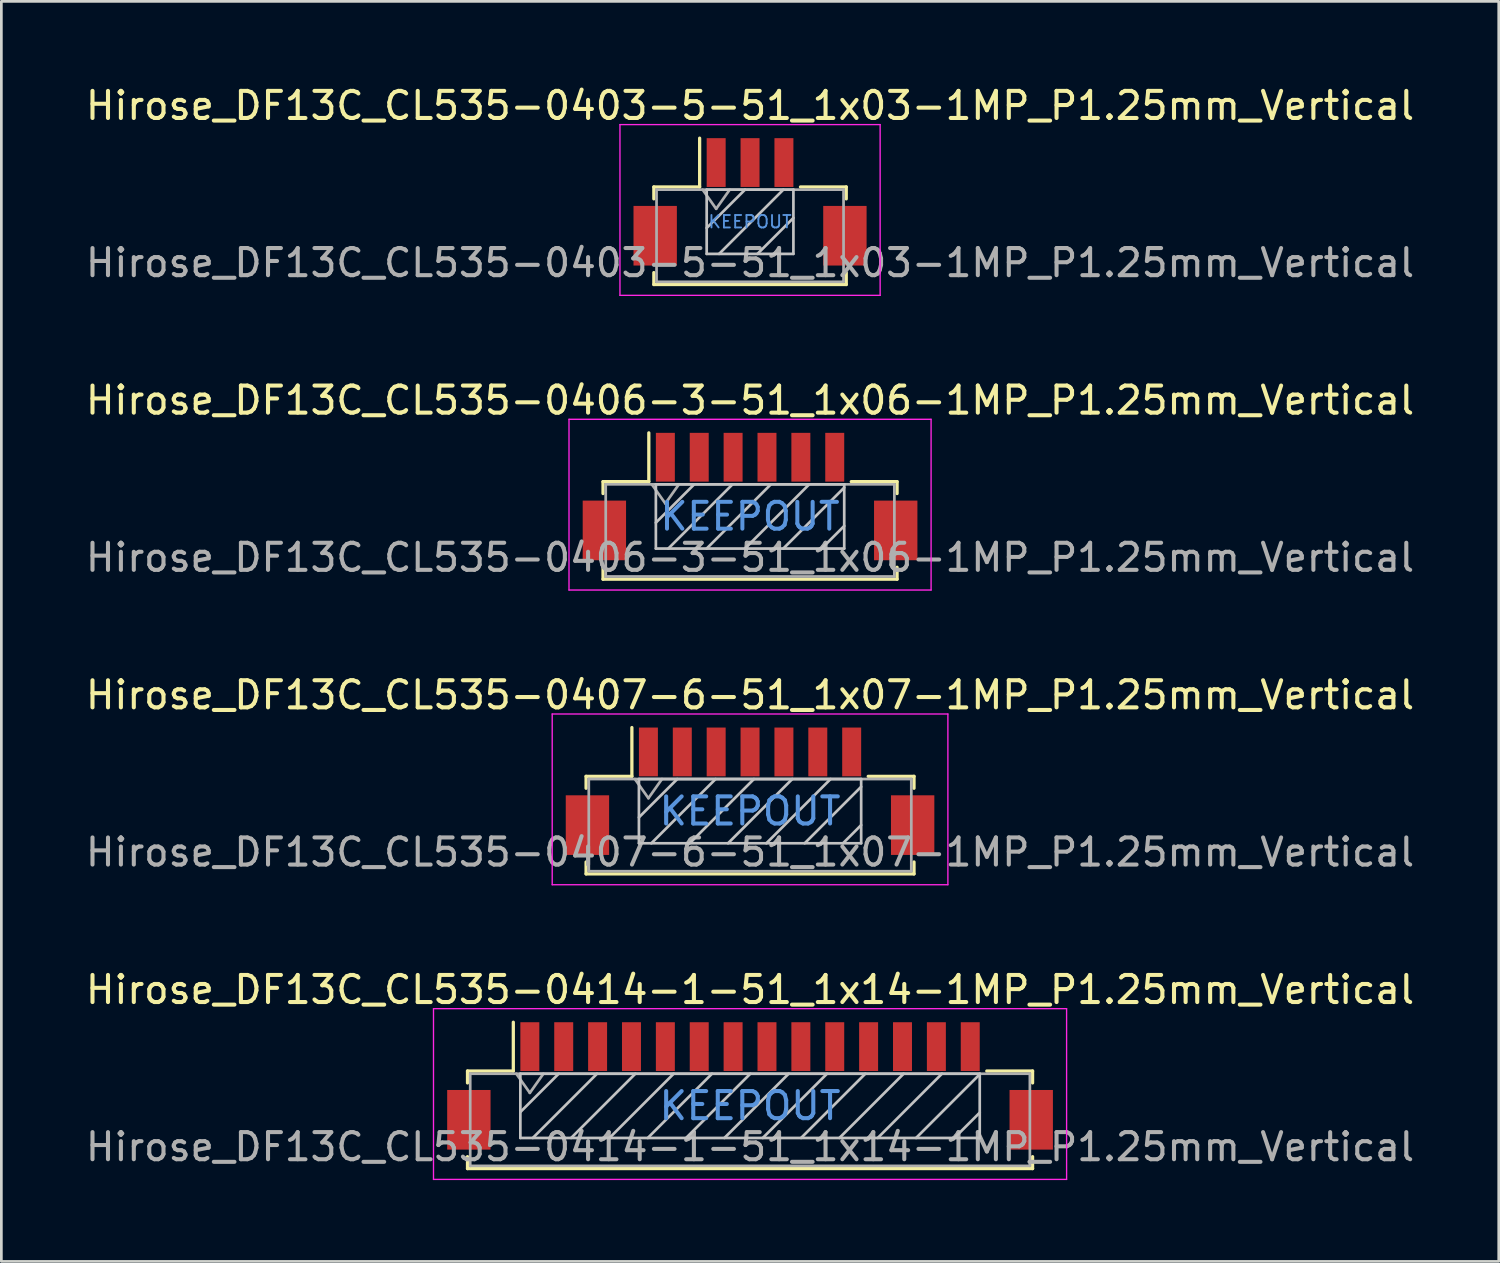
<source format=kicad_pcb>
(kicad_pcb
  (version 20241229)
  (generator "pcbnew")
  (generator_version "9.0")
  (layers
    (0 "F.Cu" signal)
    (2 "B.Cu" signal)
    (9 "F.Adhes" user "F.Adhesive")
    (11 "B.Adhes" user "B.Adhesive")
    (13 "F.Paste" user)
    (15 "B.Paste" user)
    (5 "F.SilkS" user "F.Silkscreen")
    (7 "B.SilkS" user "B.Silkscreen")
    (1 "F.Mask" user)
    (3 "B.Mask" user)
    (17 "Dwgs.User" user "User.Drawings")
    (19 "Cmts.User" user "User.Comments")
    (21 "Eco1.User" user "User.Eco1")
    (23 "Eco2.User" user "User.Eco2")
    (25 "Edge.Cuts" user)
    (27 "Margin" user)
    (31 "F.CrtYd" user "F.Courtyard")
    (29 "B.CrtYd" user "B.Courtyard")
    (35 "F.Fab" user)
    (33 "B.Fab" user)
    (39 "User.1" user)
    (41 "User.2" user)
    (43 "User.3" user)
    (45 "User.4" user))
  (footprint "Hirose_DF13C_CL535-0407-6-51_1x07-1MP_P1.25mm_Vertical"
    (layer "F.Cu")
    (at 24.625 26.145)
    (property "Reference" "Hirose_DF13C_CL535-0407-6-51_1x07-1MP_P1.25mm_Vertical" (at 0 -3.55 0) (layer "F.SilkS") (effects (font (size 1 1) (thickness 0.15))))
    (attr smd)
    (fp_line (start -6.05 -0.55) (end -6.05 -0.11) (stroke (width 0.12) (type solid)) (layer "F.SilkS"))
    (fp_line (start -6.05 2.61) (end -6.05 3.05) (stroke (width 0.12) (type solid)) (layer "F.SilkS"))
    (fp_line (start -6.05 3.05) (end 6.05 3.05) (stroke (width 0.12) (type solid)) (layer "F.SilkS"))
    (fp_line (start -4.36 -0.55) (end -6.05 -0.55) (stroke (width 0.12) (type solid)) (layer "F.SilkS"))
    (fp_line (start -4.36 -0.55) (end -4.36 -2.35) (stroke (width 0.12) (type solid)) (layer "F.SilkS"))
    (fp_line (start 4.36 -0.55) (end 6.05 -0.55) (stroke (width 0.12) (type solid)) (layer "F.SilkS"))
    (fp_line (start 6.05 -0.55) (end 6.05 -0.11) (stroke (width 0.12) (type solid)) (layer "F.SilkS"))
    (fp_line (start 6.05 3.05) (end 6.05 2.61) (stroke (width 0.12) (type solid)) (layer "F.SilkS"))
    (fp_line (start -4.1 -0.45) (end -4.1 1.92) (stroke (width 0.1) (type solid)) (layer "Dwgs.User"))
    (fp_line (start -4.1 1.92) (end 4.1 1.92) (stroke (width 0.1) (type solid)) (layer "Dwgs.User"))
    (fp_line (start -2.686 -0.45) (end -4.1 0.964) (stroke (width 0.1) (type solid)) (layer "Dwgs.User"))
    (fp_line (start -1.272 -0.45) (end -3.642 1.92) (stroke (width 0.1) (type solid)) (layer "Dwgs.User"))
    (fp_line (start 0.143 -0.45) (end -2.227 1.92) (stroke (width 0.1) (type solid)) (layer "Dwgs.User"))
    (fp_line (start 1.557 -0.45) (end -0.813 1.92) (stroke (width 0.1) (type solid)) (layer "Dwgs.User"))
    (fp_line (start 2.971 -0.45) (end 0.601 1.92) (stroke (width 0.1) (type solid)) (layer "Dwgs.User"))
    (fp_line (start 4.1 -0.45) (end -4.1 -0.45) (stroke (width 0.1) (type solid)) (layer "Dwgs.User"))
    (fp_line (start 4.1 -0.165) (end 2.015 1.92) (stroke (width 0.1) (type solid)) (layer "Dwgs.User"))
    (fp_line (start 4.1 1.249) (end 3.429 1.92) (stroke (width 0.1) (type solid)) (layer "Dwgs.User"))
    (fp_line (start 4.1 1.92) (end 4.1 -0.45) (stroke (width 0.1) (type solid)) (layer "Dwgs.User"))
    (fp_line (start -7.3 -2.85) (end -7.3 3.45) (stroke (width 0.05) (type solid)) (layer "F.CrtYd"))
    (fp_line (start -7.3 3.45) (end 7.3 3.45) (stroke (width 0.05) (type solid)) (layer "F.CrtYd"))
    (fp_line (start 7.3 -2.85) (end -7.3 -2.85) (stroke (width 0.05) (type solid)) (layer "F.CrtYd"))
    (fp_line (start 7.3 3.45) (end 7.3 -2.85) (stroke (width 0.05) (type solid)) (layer "F.CrtYd"))
    (fp_line (start -5.95 -0.45) (end -5.95 2.95) (stroke (width 0.1) (type solid)) (layer "F.Fab"))
    (fp_line (start -5.95 2.95) (end 5.95 2.95) (stroke (width 0.1) (type solid)) (layer "F.Fab"))
    (fp_line (start -4.25 -0.45) (end -3.75 0.257) (stroke (width 0.1) (type solid)) (layer "F.Fab"))
    (fp_line (start -3.75 0.257) (end -3.25 -0.45) (stroke (width 0.1) (type solid)) (layer "F.Fab"))
    (fp_line (start 5.95 -0.45) (end -5.95 -0.45) (stroke (width 0.1) (type solid)) (layer "F.Fab"))
    (fp_line (start 5.95 2.95) (end 5.95 -0.45) (stroke (width 0.1) (type solid)) (layer "F.Fab"))
    (fp_text user "KEEPOUT" (at 0 0.735 0) (layer "Cmts.User") (effects (font (size 1 1) (thickness 0.15))))
    (fp_text user "${REFERENCE}" (at 0 2.25 0) (layer "F.Fab") (effects (font (size 1 1) (thickness 0.15))))
    (pad "1" smd rect (at -3.75 -1.45) (size 0.7 1.8) (layers "F.Cu" "F.Mask" "F.Paste"))
    (pad "2" smd rect (at -2.5 -1.45) (size 0.7 1.8) (layers "F.Cu" "F.Mask" "F.Paste"))
    (pad "3" smd rect (at -1.25 -1.45) (size 0.7 1.8) (layers "F.Cu" "F.Mask" "F.Paste"))
    (pad "4" smd rect (at 0 -1.45) (size 0.7 1.8) (layers "F.Cu" "F.Mask" "F.Paste"))
    (pad "5" smd rect (at 1.25 -1.45) (size 0.7 1.8) (layers "F.Cu" "F.Mask" "F.Paste"))
    (pad "6" smd rect (at 2.5 -1.45) (size 0.7 1.8) (layers "F.Cu" "F.Mask" "F.Paste"))
    (pad "7" smd rect (at 3.75 -1.45) (size 0.7 1.8) (layers "F.Cu" "F.Mask" "F.Paste"))
    (pad "MP" smd rect (at -6 1.25) (size 1.6 2.2) (layers "F.Cu" "F.Mask" "F.Paste"))
    (pad "MP" smd rect (at 6 1.25) (size 1.6 2.2) (layers "F.Cu" "F.Mask" "F.Paste")))
  (footprint "Hirose_DF13C_CL535-0406-3-51_1x06-1MP_P1.25mm_Vertical"
    (layer "F.Cu")
    (at 24.625 15.271)
    (property "Reference" "Hirose_DF13C_CL535-0406-3-51_1x06-1MP_P1.25mm_Vertical" (at 0 -3.55 0) (layer "F.SilkS") (effects (font (size 1 1) (thickness 0.15))))
    (attr smd)
    (fp_line (start -5.425 -0.55) (end -5.425 -0.11) (stroke (width 0.12) (type solid)) (layer "F.SilkS"))
    (fp_line (start -5.425 2.61) (end -5.425 3.05) (stroke (width 0.12) (type solid)) (layer "F.SilkS"))
    (fp_line (start -5.425 3.05) (end 5.425 3.05) (stroke (width 0.12) (type solid)) (layer "F.SilkS"))
    (fp_line (start -3.735 -0.55) (end -5.425 -0.55) (stroke (width 0.12) (type solid)) (layer "F.SilkS"))
    (fp_line (start -3.735 -0.55) (end -3.735 -2.35) (stroke (width 0.12) (type solid)) (layer "F.SilkS"))
    (fp_line (start 3.735 -0.55) (end 5.425 -0.55) (stroke (width 0.12) (type solid)) (layer "F.SilkS"))
    (fp_line (start 5.425 -0.55) (end 5.425 -0.11) (stroke (width 0.12) (type solid)) (layer "F.SilkS"))
    (fp_line (start 5.425 3.05) (end 5.425 2.61) (stroke (width 0.12) (type solid)) (layer "F.SilkS"))
    (fp_line (start -3.475 -0.45) (end -3.475 1.92) (stroke (width 0.1) (type solid)) (layer "Dwgs.User"))
    (fp_line (start -3.475 1.92) (end 3.475 1.92) (stroke (width 0.1) (type solid)) (layer "Dwgs.User"))
    (fp_line (start -2.061 -0.45) (end -3.475 0.964) (stroke (width 0.1) (type solid)) (layer "Dwgs.User"))
    (fp_line (start -0.647 -0.45) (end -3.017 1.92) (stroke (width 0.1) (type solid)) (layer "Dwgs.User"))
    (fp_line (start 0.768 -0.45) (end -1.602 1.92) (stroke (width 0.1) (type solid)) (layer "Dwgs.User"))
    (fp_line (start 2.182 -0.45) (end -0.188 1.92) (stroke (width 0.1) (type solid)) (layer "Dwgs.User"))
    (fp_line (start 3.475 -0.45) (end -3.475 -0.45) (stroke (width 0.1) (type solid)) (layer "Dwgs.User"))
    (fp_line (start 3.475 -0.329) (end 1.226 1.92) (stroke (width 0.1) (type solid)) (layer "Dwgs.User"))
    (fp_line (start 3.475 1.085) (end 2.64 1.92) (stroke (width 0.1) (type solid)) (layer "Dwgs.User"))
    (fp_line (start 3.475 1.92) (end 3.475 -0.45) (stroke (width 0.1) (type solid)) (layer "Dwgs.User"))
    (fp_line (start -6.68 -2.85) (end -6.68 3.45) (stroke (width 0.05) (type solid)) (layer "F.CrtYd"))
    (fp_line (start -6.68 3.45) (end 6.68 3.45) (stroke (width 0.05) (type solid)) (layer "F.CrtYd"))
    (fp_line (start 6.68 -2.85) (end -6.68 -2.85) (stroke (width 0.05) (type solid)) (layer "F.CrtYd"))
    (fp_line (start 6.68 3.45) (end 6.68 -2.85) (stroke (width 0.05) (type solid)) (layer "F.CrtYd"))
    (fp_line (start -5.325 -0.45) (end -5.325 2.95) (stroke (width 0.1) (type solid)) (layer "F.Fab"))
    (fp_line (start -5.325 2.95) (end 5.325 2.95) (stroke (width 0.1) (type solid)) (layer "F.Fab"))
    (fp_line (start -3.625 -0.45) (end -3.125 0.257) (stroke (width 0.1) (type solid)) (layer "F.Fab"))
    (fp_line (start -3.125 0.257) (end -2.625 -0.45) (stroke (width 0.1) (type solid)) (layer "F.Fab"))
    (fp_line (start 5.325 -0.45) (end -5.325 -0.45) (stroke (width 0.1) (type solid)) (layer "F.Fab"))
    (fp_line (start 5.325 2.95) (end 5.325 -0.45) (stroke (width 0.1) (type solid)) (layer "F.Fab"))
    (fp_text user "KEEPOUT" (at 0 0.735 0) (layer "Cmts.User") (effects (font (size 0.99 0.99) (thickness 0.148))))
    (fp_text user "${REFERENCE}" (at 0 2.25 0) (layer "F.Fab") (effects (font (size 1 1) (thickness 0.15))))
    (pad "1" smd rect (at -3.125 -1.45) (size 0.7 1.8) (layers "F.Cu" "F.Mask" "F.Paste"))
    (pad "2" smd rect (at -1.875 -1.45) (size 0.7 1.8) (layers "F.Cu" "F.Mask" "F.Paste"))
    (pad "3" smd rect (at -0.625 -1.45) (size 0.7 1.8) (layers "F.Cu" "F.Mask" "F.Paste"))
    (pad "4" smd rect (at 0.625 -1.45) (size 0.7 1.8) (layers "F.Cu" "F.Mask" "F.Paste"))
    (pad "5" smd rect (at 1.875 -1.45) (size 0.7 1.8) (layers "F.Cu" "F.Mask" "F.Paste"))
    (pad "6" smd rect (at 3.125 -1.45) (size 0.7 1.8) (layers "F.Cu" "F.Mask" "F.Paste"))
    (pad "MP" smd rect (at -5.375 1.25) (size 1.6 2.2) (layers "F.Cu" "F.Mask" "F.Paste"))
    (pad "MP" smd rect (at 5.375 1.25) (size 1.6 2.2) (layers "F.Cu" "F.Mask" "F.Paste")))
  (footprint "Hirose_DF13C_CL535-0414-1-51_1x14-1MP_P1.25mm_Vertical"
    (layer "F.Cu")
    (at 24.625 37.018)
    (property "Reference" "Hirose_DF13C_CL535-0414-1-51_1x14-1MP_P1.25mm_Vertical" (at 0 -3.55 0) (layer "F.SilkS") (effects (font (size 1 1) (thickness 0.15))))
    (attr smd)
    (fp_line (start -10.425 -0.55) (end -10.425 -0.11) (stroke (width 0.12) (type solid)) (layer "F.SilkS"))
    (fp_line (start -10.425 2.61) (end -10.425 3.05) (stroke (width 0.12) (type solid)) (layer "F.SilkS"))
    (fp_line (start -10.425 3.05) (end 10.425 3.05) (stroke (width 0.12) (type solid)) (layer "F.SilkS"))
    (fp_line (start -8.735 -0.55) (end -10.425 -0.55) (stroke (width 0.12) (type solid)) (layer "F.SilkS"))
    (fp_line (start -8.735 -0.55) (end -8.735 -2.35) (stroke (width 0.12) (type solid)) (layer "F.SilkS"))
    (fp_line (start 8.735 -0.55) (end 10.425 -0.55) (stroke (width 0.12) (type solid)) (layer "F.SilkS"))
    (fp_line (start 10.425 -0.55) (end 10.425 -0.11) (stroke (width 0.12) (type solid)) (layer "F.SilkS"))
    (fp_line (start 10.425 3.05) (end 10.425 2.61) (stroke (width 0.12) (type solid)) (layer "F.SilkS"))
    (fp_line (start -8.475 -0.45) (end -8.475 1.92) (stroke (width 0.1) (type solid)) (layer "Dwgs.User"))
    (fp_line (start -8.475 1.92) (end 8.475 1.92) (stroke (width 0.1) (type solid)) (layer "Dwgs.User"))
    (fp_line (start -7.061 -0.45) (end -8.475 0.964) (stroke (width 0.1) (type solid)) (layer "Dwgs.User"))
    (fp_line (start -5.647 -0.45) (end -8.017 1.92) (stroke (width 0.1) (type solid)) (layer "Dwgs.User"))
    (fp_line (start -4.232 -0.45) (end -6.602 1.92) (stroke (width 0.1) (type solid)) (layer "Dwgs.User"))
    (fp_line (start -2.818 -0.45) (end -5.188 1.92) (stroke (width 0.1) (type solid)) (layer "Dwgs.User"))
    (fp_line (start -1.404 -0.45) (end -3.774 1.92) (stroke (width 0.1) (type solid)) (layer "Dwgs.User"))
    (fp_line (start 0.01 -0.45) (end -2.36 1.92) (stroke (width 0.1) (type solid)) (layer "Dwgs.User"))
    (fp_line (start 1.424 -0.45) (end -0.946 1.92) (stroke (width 0.1) (type solid)) (layer "Dwgs.User"))
    (fp_line (start 2.839 -0.45) (end 0.469 1.92) (stroke (width 0.1) (type solid)) (layer "Dwgs.User"))
    (fp_line (start 4.253 -0.45) (end 1.883 1.92) (stroke (width 0.1) (type solid)) (layer "Dwgs.User"))
    (fp_line (start 5.667 -0.45) (end 3.297 1.92) (stroke (width 0.1) (type solid)) (layer "Dwgs.User"))
    (fp_line (start 7.081 -0.45) (end 4.711 1.92) (stroke (width 0.1) (type solid)) (layer "Dwgs.User"))
    (fp_line (start 8.475 -0.45) (end -8.475 -0.45) (stroke (width 0.1) (type solid)) (layer "Dwgs.User"))
    (fp_line (start 8.475 -0.429) (end 6.126 1.92) (stroke (width 0.1) (type solid)) (layer "Dwgs.User"))
    (fp_line (start 8.475 0.985) (end 7.54 1.92) (stroke (width 0.1) (type solid)) (layer "Dwgs.User"))
    (fp_line (start 8.475 1.92) (end 8.475 -0.45) (stroke (width 0.1) (type solid)) (layer "Dwgs.User"))
    (fp_line (start -11.68 -2.85) (end -11.68 3.45) (stroke (width 0.05) (type solid)) (layer "F.CrtYd"))
    (fp_line (start -11.68 3.45) (end 11.68 3.45) (stroke (width 0.05) (type solid)) (layer "F.CrtYd"))
    (fp_line (start 11.68 -2.85) (end -11.68 -2.85) (stroke (width 0.05) (type solid)) (layer "F.CrtYd"))
    (fp_line (start 11.68 3.45) (end 11.68 -2.85) (stroke (width 0.05) (type solid)) (layer "F.CrtYd"))
    (fp_line (start -10.325 -0.45) (end -10.325 2.95) (stroke (width 0.1) (type solid)) (layer "F.Fab"))
    (fp_line (start -10.325 2.95) (end 10.325 2.95) (stroke (width 0.1) (type solid)) (layer "F.Fab"))
    (fp_line (start -8.625 -0.45) (end -8.125 0.257) (stroke (width 0.1) (type solid)) (layer "F.Fab"))
    (fp_line (start -8.125 0.257) (end -7.625 -0.45) (stroke (width 0.1) (type solid)) (layer "F.Fab"))
    (fp_line (start 10.325 -0.45) (end -10.325 -0.45) (stroke (width 0.1) (type solid)) (layer "F.Fab"))
    (fp_line (start 10.325 2.95) (end 10.325 -0.45) (stroke (width 0.1) (type solid)) (layer "F.Fab"))
    (fp_text user "KEEPOUT" (at 0 0.735 0) (layer "Cmts.User") (effects (font (size 1 1) (thickness 0.15))))
    (fp_text user "${REFERENCE}" (at 0 2.25 0) (layer "F.Fab") (effects (font (size 1 1) (thickness 0.15))))
    (pad "1" smd rect (at -8.125 -1.45) (size 0.7 1.8) (layers "F.Cu" "F.Mask" "F.Paste"))
    (pad "2" smd rect (at -6.875 -1.45) (size 0.7 1.8) (layers "F.Cu" "F.Mask" "F.Paste"))
    (pad "3" smd rect (at -5.625 -1.45) (size 0.7 1.8) (layers "F.Cu" "F.Mask" "F.Paste"))
    (pad "4" smd rect (at -4.375 -1.45) (size 0.7 1.8) (layers "F.Cu" "F.Mask" "F.Paste"))
    (pad "5" smd rect (at -3.125 -1.45) (size 0.7 1.8) (layers "F.Cu" "F.Mask" "F.Paste"))
    (pad "6" smd rect (at -1.875 -1.45) (size 0.7 1.8) (layers "F.Cu" "F.Mask" "F.Paste"))
    (pad "7" smd rect (at -0.625 -1.45) (size 0.7 1.8) (layers "F.Cu" "F.Mask" "F.Paste"))
    (pad "8" smd rect (at 0.625 -1.45) (size 0.7 1.8) (layers "F.Cu" "F.Mask" "F.Paste"))
    (pad "9" smd rect (at 1.875 -1.45) (size 0.7 1.8) (layers "F.Cu" "F.Mask" "F.Paste"))
    (pad "10" smd rect (at 3.125 -1.45) (size 0.7 1.8) (layers "F.Cu" "F.Mask" "F.Paste"))
    (pad "11" smd rect (at 4.375 -1.45) (size 0.7 1.8) (layers "F.Cu" "F.Mask" "F.Paste"))
    (pad "12" smd rect (at 5.625 -1.45) (size 0.7 1.8) (layers "F.Cu" "F.Mask" "F.Paste"))
    (pad "13" smd rect (at 6.875 -1.45) (size 0.7 1.8) (layers "F.Cu" "F.Mask" "F.Paste"))
    (pad "14" smd rect (at 8.125 -1.45) (size 0.7 1.8) (layers "F.Cu" "F.Mask" "F.Paste"))
    (pad "MP" smd rect (at -10.375 1.25) (size 1.6 2.2) (layers "F.Cu" "F.Mask" "F.Paste"))
    (pad "MP" smd rect (at 10.375 1.25) (size 1.6 2.2) (layers "F.Cu" "F.Mask" "F.Paste")))
  (footprint "Hirose_DF13C_CL535-0403-5-51_1x03-1MP_P1.25mm_Vertical"
    (layer "F.Cu")
    (at 24.625 4.398)
    (property "Reference" "Hirose_DF13C_CL535-0403-5-51_1x03-1MP_P1.25mm_Vertical" (at 0 -3.55 0) (layer "F.SilkS") (effects (font (size 1 1) (thickness 0.15))))
    (attr smd)
    (fp_line (start -3.55 -0.55) (end -3.55 -0.11) (stroke (width 0.12) (type solid)) (layer "F.SilkS"))
    (fp_line (start -3.55 2.61) (end -3.55 3.05) (stroke (width 0.12) (type solid)) (layer "F.SilkS"))
    (fp_line (start -3.55 3.05) (end 3.55 3.05) (stroke (width 0.12) (type solid)) (layer "F.SilkS"))
    (fp_line (start -1.86 -0.55) (end -3.55 -0.55) (stroke (width 0.12) (type solid)) (layer "F.SilkS"))
    (fp_line (start -1.86 -0.55) (end -1.86 -2.35) (stroke (width 0.12) (type solid)) (layer "F.SilkS"))
    (fp_line (start 1.86 -0.55) (end 3.55 -0.55) (stroke (width 0.12) (type solid)) (layer "F.SilkS"))
    (fp_line (start 3.55 -0.55) (end 3.55 -0.11) (stroke (width 0.12) (type solid)) (layer "F.SilkS"))
    (fp_line (start 3.55 3.05) (end 3.55 2.61) (stroke (width 0.12) (type solid)) (layer "F.SilkS"))
    (fp_line (start -1.6 -0.45) (end -1.6 1.92) (stroke (width 0.1) (type solid)) (layer "Dwgs.User"))
    (fp_line (start -1.6 1.92) (end 1.6 1.92) (stroke (width 0.1) (type solid)) (layer "Dwgs.User"))
    (fp_line (start -0.186 -0.45) (end -1.6 0.964) (stroke (width 0.1) (type solid)) (layer "Dwgs.User"))
    (fp_line (start 1.228 -0.45) (end -1.142 1.92) (stroke (width 0.1) (type solid)) (layer "Dwgs.User"))
    (fp_line (start 1.6 -0.45) (end -1.6 -0.45) (stroke (width 0.1) (type solid)) (layer "Dwgs.User"))
    (fp_line (start 1.6 0.593) (end 0.273 1.92) (stroke (width 0.1) (type solid)) (layer "Dwgs.User"))
    (fp_line (start 1.6 1.92) (end 1.6 -0.45) (stroke (width 0.1) (type solid)) (layer "Dwgs.User"))
    (fp_line (start -4.8 -2.85) (end -4.8 3.45) (stroke (width 0.05) (type solid)) (layer "F.CrtYd"))
    (fp_line (start -4.8 3.45) (end 4.8 3.45) (stroke (width 0.05) (type solid)) (layer "F.CrtYd"))
    (fp_line (start 4.8 -2.85) (end -4.8 -2.85) (stroke (width 0.05) (type solid)) (layer "F.CrtYd"))
    (fp_line (start 4.8 3.45) (end 4.8 -2.85) (stroke (width 0.05) (type solid)) (layer "F.CrtYd"))
    (fp_line (start -3.45 -0.45) (end -3.45 2.95) (stroke (width 0.1) (type solid)) (layer "F.Fab"))
    (fp_line (start -3.45 2.95) (end 3.45 2.95) (stroke (width 0.1) (type solid)) (layer "F.Fab"))
    (fp_line (start -1.75 -0.45) (end -1.25 0.257) (stroke (width 0.1) (type solid)) (layer "F.Fab"))
    (fp_line (start -1.25 0.257) (end -0.75 -0.45) (stroke (width 0.1) (type solid)) (layer "F.Fab"))
    (fp_line (start 3.45 -0.45) (end -3.45 -0.45) (stroke (width 0.1) (type solid)) (layer "F.Fab"))
    (fp_line (start 3.45 2.95) (end 3.45 -0.45) (stroke (width 0.1) (type solid)) (layer "F.Fab"))
    (fp_text user "KEEPOUT" (at 0 0.735 0) (layer "Cmts.User") (effects (font (size 0.46 0.46) (thickness 0.069))))
    (fp_text user "${REFERENCE}" (at 0 2.25 0) (layer "F.Fab") (effects (font (size 1 1) (thickness 0.15))))
    (pad "1" smd rect (at -1.25 -1.45) (size 0.7 1.8) (layers "F.Cu" "F.Mask" "F.Paste"))
    (pad "2" smd rect (at 0 -1.45) (size 0.7 1.8) (layers "F.Cu" "F.Mask" "F.Paste"))
    (pad "3" smd rect (at 1.25 -1.45) (size 0.7 1.8) (layers "F.Cu" "F.Mask" "F.Paste"))
    (pad "MP" smd rect (at -3.5 1.25) (size 1.6 2.2) (layers "F.Cu" "F.Mask" "F.Paste"))
    (pad "MP" smd rect (at 3.5 1.25) (size 1.6 2.2) (layers "F.Cu" "F.Mask" "F.Paste")))
  (gr_rect
    (start -3 -3)
    (end 52.25 43.493)
    (stroke (width 0.1) (type default))
    (fill no)
    (layer "Edge.Cuts")))
</source>
